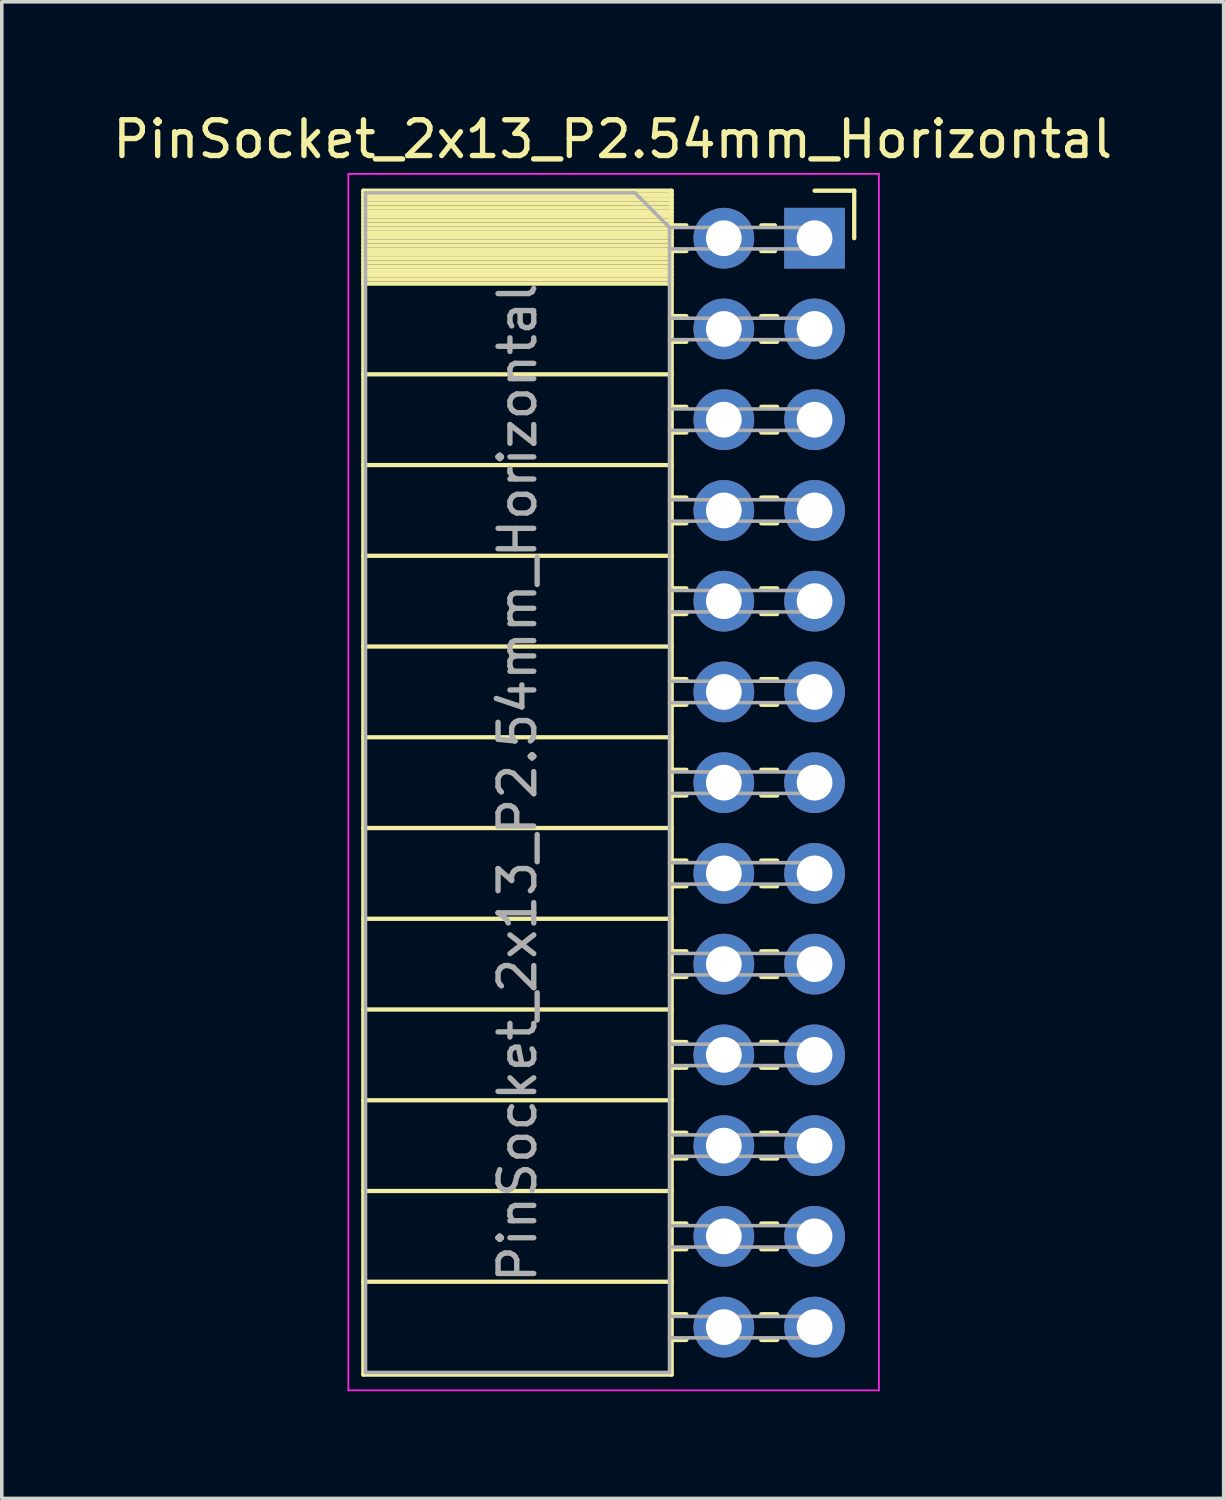
<source format=kicad_pcb>
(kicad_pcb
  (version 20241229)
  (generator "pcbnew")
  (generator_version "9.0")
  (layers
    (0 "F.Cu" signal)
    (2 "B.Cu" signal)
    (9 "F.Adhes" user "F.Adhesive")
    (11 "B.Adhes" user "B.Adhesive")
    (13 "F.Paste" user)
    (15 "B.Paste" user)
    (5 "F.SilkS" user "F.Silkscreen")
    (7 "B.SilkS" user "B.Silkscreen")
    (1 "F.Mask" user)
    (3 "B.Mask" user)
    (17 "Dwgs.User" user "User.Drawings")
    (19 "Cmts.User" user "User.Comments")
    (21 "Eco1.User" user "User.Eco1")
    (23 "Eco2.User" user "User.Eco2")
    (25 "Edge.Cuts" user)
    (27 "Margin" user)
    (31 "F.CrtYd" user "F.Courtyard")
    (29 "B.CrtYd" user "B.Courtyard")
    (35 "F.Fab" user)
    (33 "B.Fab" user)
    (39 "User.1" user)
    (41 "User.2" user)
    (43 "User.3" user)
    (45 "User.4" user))
  (footprint "PinSocket_2x13_P2.54mm_Horizontal"
    (layer "F.Cu")
    (at 19.751 3.618)
    (property "Reference" "PinSocket_2x13_P2.54mm_Horizontal" (at -5.65 -2.77 0) (layer "F.SilkS") (effects (font (size 1 1) (thickness 0.15))))
    (attr through_hole)
    (fp_line (start -12.63 -1.33) (end -12.63 31.81) (stroke (width 0.12) (type solid)) (layer "F.SilkS"))
    (fp_line (start -12.63 -1.33) (end -4 -1.33) (stroke (width 0.12) (type solid)) (layer "F.SilkS"))
    (fp_line (start -12.63 -1.21) (end -4 -1.21) (stroke (width 0.12) (type solid)) (layer "F.SilkS"))
    (fp_line (start -12.63 -1.092) (end -4 -1.092) (stroke (width 0.12) (type solid)) (layer "F.SilkS"))
    (fp_line (start -12.63 -0.974) (end -4 -0.974) (stroke (width 0.12) (type solid)) (layer "F.SilkS"))
    (fp_line (start -12.63 -0.856) (end -4 -0.856) (stroke (width 0.12) (type solid)) (layer "F.SilkS"))
    (fp_line (start -12.63 -0.738) (end -4 -0.738) (stroke (width 0.12) (type solid)) (layer "F.SilkS"))
    (fp_line (start -12.63 -0.62) (end -4 -0.62) (stroke (width 0.12) (type solid)) (layer "F.SilkS"))
    (fp_line (start -12.63 -0.501) (end -4 -0.501) (stroke (width 0.12) (type solid)) (layer "F.SilkS"))
    (fp_line (start -12.63 -0.383) (end -4 -0.383) (stroke (width 0.12) (type solid)) (layer "F.SilkS"))
    (fp_line (start -12.63 -0.265) (end -4 -0.265) (stroke (width 0.12) (type solid)) (layer "F.SilkS"))
    (fp_line (start -12.63 -0.147) (end -4 -0.147) (stroke (width 0.12) (type solid)) (layer "F.SilkS"))
    (fp_line (start -12.63 -0.029) (end -4 -0.029) (stroke (width 0.12) (type solid)) (layer "F.SilkS"))
    (fp_line (start -12.63 0.089) (end -4 0.089) (stroke (width 0.12) (type solid)) (layer "F.SilkS"))
    (fp_line (start -12.63 0.207) (end -4 0.207) (stroke (width 0.12) (type solid)) (layer "F.SilkS"))
    (fp_line (start -12.63 0.325) (end -4 0.325) (stroke (width 0.12) (type solid)) (layer "F.SilkS"))
    (fp_line (start -12.63 0.443) (end -4 0.443) (stroke (width 0.12) (type solid)) (layer "F.SilkS"))
    (fp_line (start -12.63 0.561) (end -4 0.561) (stroke (width 0.12) (type solid)) (layer "F.SilkS"))
    (fp_line (start -12.63 0.68) (end -4 0.68) (stroke (width 0.12) (type solid)) (layer "F.SilkS"))
    (fp_line (start -12.63 0.798) (end -4 0.798) (stroke (width 0.12) (type solid)) (layer "F.SilkS"))
    (fp_line (start -12.63 0.916) (end -4 0.916) (stroke (width 0.12) (type solid)) (layer "F.SilkS"))
    (fp_line (start -12.63 1.034) (end -4 1.034) (stroke (width 0.12) (type solid)) (layer "F.SilkS"))
    (fp_line (start -12.63 1.152) (end -4 1.152) (stroke (width 0.12) (type solid)) (layer "F.SilkS"))
    (fp_line (start -12.63 1.27) (end -4 1.27) (stroke (width 0.12) (type solid)) (layer "F.SilkS"))
    (fp_line (start -12.63 3.81) (end -4 3.81) (stroke (width 0.12) (type solid)) (layer "F.SilkS"))
    (fp_line (start -12.63 6.35) (end -4 6.35) (stroke (width 0.12) (type solid)) (layer "F.SilkS"))
    (fp_line (start -12.63 8.89) (end -4 8.89) (stroke (width 0.12) (type solid)) (layer "F.SilkS"))
    (fp_line (start -12.63 11.43) (end -4 11.43) (stroke (width 0.12) (type solid)) (layer "F.SilkS"))
    (fp_line (start -12.63 13.97) (end -4 13.97) (stroke (width 0.12) (type solid)) (layer "F.SilkS"))
    (fp_line (start -12.63 16.51) (end -4 16.51) (stroke (width 0.12) (type solid)) (layer "F.SilkS"))
    (fp_line (start -12.63 19.05) (end -4 19.05) (stroke (width 0.12) (type solid)) (layer "F.SilkS"))
    (fp_line (start -12.63 21.59) (end -4 21.59) (stroke (width 0.12) (type solid)) (layer "F.SilkS"))
    (fp_line (start -12.63 24.13) (end -4 24.13) (stroke (width 0.12) (type solid)) (layer "F.SilkS"))
    (fp_line (start -12.63 26.67) (end -4 26.67) (stroke (width 0.12) (type solid)) (layer "F.SilkS"))
    (fp_line (start -12.63 29.21) (end -4 29.21) (stroke (width 0.12) (type solid)) (layer "F.SilkS"))
    (fp_line (start -12.63 31.81) (end -4 31.81) (stroke (width 0.12) (type solid)) (layer "F.SilkS"))
    (fp_line (start -4 -1.33) (end -4 31.81) (stroke (width 0.12) (type solid)) (layer "F.SilkS"))
    (fp_line (start -4 -0.36) (end -3.59 -0.36) (stroke (width 0.12) (type solid)) (layer "F.SilkS"))
    (fp_line (start -4 0.36) (end -3.59 0.36) (stroke (width 0.12) (type solid)) (layer "F.SilkS"))
    (fp_line (start -4 2.18) (end -3.59 2.18) (stroke (width 0.12) (type solid)) (layer "F.SilkS"))
    (fp_line (start -4 2.9) (end -3.59 2.9) (stroke (width 0.12) (type solid)) (layer "F.SilkS"))
    (fp_line (start -4 4.72) (end -3.59 4.72) (stroke (width 0.12) (type solid)) (layer "F.SilkS"))
    (fp_line (start -4 5.44) (end -3.59 5.44) (stroke (width 0.12) (type solid)) (layer "F.SilkS"))
    (fp_line (start -4 7.26) (end -3.59 7.26) (stroke (width 0.12) (type solid)) (layer "F.SilkS"))
    (fp_line (start -4 7.98) (end -3.59 7.98) (stroke (width 0.12) (type solid)) (layer "F.SilkS"))
    (fp_line (start -4 9.8) (end -3.59 9.8) (stroke (width 0.12) (type solid)) (layer "F.SilkS"))
    (fp_line (start -4 10.52) (end -3.59 10.52) (stroke (width 0.12) (type solid)) (layer "F.SilkS"))
    (fp_line (start -4 12.34) (end -3.59 12.34) (stroke (width 0.12) (type solid)) (layer "F.SilkS"))
    (fp_line (start -4 13.06) (end -3.59 13.06) (stroke (width 0.12) (type solid)) (layer "F.SilkS"))
    (fp_line (start -4 14.88) (end -3.59 14.88) (stroke (width 0.12) (type solid)) (layer "F.SilkS"))
    (fp_line (start -4 15.6) (end -3.59 15.6) (stroke (width 0.12) (type solid)) (layer "F.SilkS"))
    (fp_line (start -4 17.42) (end -3.59 17.42) (stroke (width 0.12) (type solid)) (layer "F.SilkS"))
    (fp_line (start -4 18.14) (end -3.59 18.14) (stroke (width 0.12) (type solid)) (layer "F.SilkS"))
    (fp_line (start -4 19.96) (end -3.59 19.96) (stroke (width 0.12) (type solid)) (layer "F.SilkS"))
    (fp_line (start -4 20.68) (end -3.59 20.68) (stroke (width 0.12) (type solid)) (layer "F.SilkS"))
    (fp_line (start -4 22.5) (end -3.59 22.5) (stroke (width 0.12) (type solid)) (layer "F.SilkS"))
    (fp_line (start -4 23.22) (end -3.59 23.22) (stroke (width 0.12) (type solid)) (layer "F.SilkS"))
    (fp_line (start -4 25.04) (end -3.59 25.04) (stroke (width 0.12) (type solid)) (layer "F.SilkS"))
    (fp_line (start -4 25.76) (end -3.59 25.76) (stroke (width 0.12) (type solid)) (layer "F.SilkS"))
    (fp_line (start -4 27.58) (end -3.59 27.58) (stroke (width 0.12) (type solid)) (layer "F.SilkS"))
    (fp_line (start -4 28.3) (end -3.59 28.3) (stroke (width 0.12) (type solid)) (layer "F.SilkS"))
    (fp_line (start -4 30.12) (end -3.59 30.12) (stroke (width 0.12) (type solid)) (layer "F.SilkS"))
    (fp_line (start -4 30.84) (end -3.59 30.84) (stroke (width 0.12) (type solid)) (layer "F.SilkS"))
    (fp_line (start -1.49 -0.36) (end -1.11 -0.36) (stroke (width 0.12) (type solid)) (layer "F.SilkS"))
    (fp_line (start -1.49 0.36) (end -1.11 0.36) (stroke (width 0.12) (type solid)) (layer "F.SilkS"))
    (fp_line (start -1.49 2.18) (end -1.05 2.18) (stroke (width 0.12) (type solid)) (layer "F.SilkS"))
    (fp_line (start -1.49 2.9) (end -1.05 2.9) (stroke (width 0.12) (type solid)) (layer "F.SilkS"))
    (fp_line (start -1.49 4.72) (end -1.05 4.72) (stroke (width 0.12) (type solid)) (layer "F.SilkS"))
    (fp_line (start -1.49 5.44) (end -1.05 5.44) (stroke (width 0.12) (type solid)) (layer "F.SilkS"))
    (fp_line (start -1.49 7.26) (end -1.05 7.26) (stroke (width 0.12) (type solid)) (layer "F.SilkS"))
    (fp_line (start -1.49 7.98) (end -1.05 7.98) (stroke (width 0.12) (type solid)) (layer "F.SilkS"))
    (fp_line (start -1.49 9.8) (end -1.05 9.8) (stroke (width 0.12) (type solid)) (layer "F.SilkS"))
    (fp_line (start -1.49 10.52) (end -1.05 10.52) (stroke (width 0.12) (type solid)) (layer "F.SilkS"))
    (fp_line (start -1.49 12.34) (end -1.05 12.34) (stroke (width 0.12) (type solid)) (layer "F.SilkS"))
    (fp_line (start -1.49 13.06) (end -1.05 13.06) (stroke (width 0.12) (type solid)) (layer "F.SilkS"))
    (fp_line (start -1.49 14.88) (end -1.05 14.88) (stroke (width 0.12) (type solid)) (layer "F.SilkS"))
    (fp_line (start -1.49 15.6) (end -1.05 15.6) (stroke (width 0.12) (type solid)) (layer "F.SilkS"))
    (fp_line (start -1.49 17.42) (end -1.05 17.42) (stroke (width 0.12) (type solid)) (layer "F.SilkS"))
    (fp_line (start -1.49 18.14) (end -1.05 18.14) (stroke (width 0.12) (type solid)) (layer "F.SilkS"))
    (fp_line (start -1.49 19.96) (end -1.05 19.96) (stroke (width 0.12) (type solid)) (layer "F.SilkS"))
    (fp_line (start -1.49 20.68) (end -1.05 20.68) (stroke (width 0.12) (type solid)) (layer "F.SilkS"))
    (fp_line (start -1.49 22.5) (end -1.05 22.5) (stroke (width 0.12) (type solid)) (layer "F.SilkS"))
    (fp_line (start -1.49 23.22) (end -1.05 23.22) (stroke (width 0.12) (type solid)) (layer "F.SilkS"))
    (fp_line (start -1.49 25.04) (end -1.05 25.04) (stroke (width 0.12) (type solid)) (layer "F.SilkS"))
    (fp_line (start -1.49 25.76) (end -1.05 25.76) (stroke (width 0.12) (type solid)) (layer "F.SilkS"))
    (fp_line (start -1.49 27.58) (end -1.05 27.58) (stroke (width 0.12) (type solid)) (layer "F.SilkS"))
    (fp_line (start -1.49 28.3) (end -1.05 28.3) (stroke (width 0.12) (type solid)) (layer "F.SilkS"))
    (fp_line (start -1.49 30.12) (end -1.05 30.12) (stroke (width 0.12) (type solid)) (layer "F.SilkS"))
    (fp_line (start -1.49 30.84) (end -1.05 30.84) (stroke (width 0.12) (type solid)) (layer "F.SilkS"))
    (fp_line (start 0 -1.33) (end 1.11 -1.33) (stroke (width 0.12) (type solid)) (layer "F.SilkS"))
    (fp_line (start 1.11 -1.33) (end 1.11 0) (stroke (width 0.12) (type solid)) (layer "F.SilkS"))
    (fp_line (start -13.05 -1.8) (end -13.05 32.25) (stroke (width 0.05) (type solid)) (layer "F.CrtYd"))
    (fp_line (start -13.05 32.25) (end 1.8 32.25) (stroke (width 0.05) (type solid)) (layer "F.CrtYd"))
    (fp_line (start 1.8 -1.8) (end -13.05 -1.8) (stroke (width 0.05) (type solid)) (layer "F.CrtYd"))
    (fp_line (start 1.8 32.25) (end 1.8 -1.8) (stroke (width 0.05) (type solid)) (layer "F.CrtYd"))
    (fp_line (start -12.57 -1.27) (end -5.03 -1.27) (stroke (width 0.1) (type solid)) (layer "F.Fab"))
    (fp_line (start -12.57 31.75) (end -12.57 -1.27) (stroke (width 0.1) (type solid)) (layer "F.Fab"))
    (fp_line (start -5.03 -1.27) (end -4.06 -0.3) (stroke (width 0.1) (type solid)) (layer "F.Fab"))
    (fp_line (start -4.06 -0.3) (end -4.06 31.75) (stroke (width 0.1) (type solid)) (layer "F.Fab"))
    (fp_line (start -4.06 0.3) (end 0 0.3) (stroke (width 0.1) (type solid)) (layer "F.Fab"))
    (fp_line (start -4.06 2.84) (end 0 2.84) (stroke (width 0.1) (type solid)) (layer "F.Fab"))
    (fp_line (start -4.06 5.38) (end 0 5.38) (stroke (width 0.1) (type solid)) (layer "F.Fab"))
    (fp_line (start -4.06 7.92) (end 0 7.92) (stroke (width 0.1) (type solid)) (layer "F.Fab"))
    (fp_line (start -4.06 10.46) (end 0 10.46) (stroke (width 0.1) (type solid)) (layer "F.Fab"))
    (fp_line (start -4.06 13) (end 0 13) (stroke (width 0.1) (type solid)) (layer "F.Fab"))
    (fp_line (start -4.06 15.54) (end 0 15.54) (stroke (width 0.1) (type solid)) (layer "F.Fab"))
    (fp_line (start -4.06 18.08) (end 0 18.08) (stroke (width 0.1) (type solid)) (layer "F.Fab"))
    (fp_line (start -4.06 20.62) (end 0 20.62) (stroke (width 0.1) (type solid)) (layer "F.Fab"))
    (fp_line (start -4.06 23.16) (end 0 23.16) (stroke (width 0.1) (type solid)) (layer "F.Fab"))
    (fp_line (start -4.06 25.7) (end 0 25.7) (stroke (width 0.1) (type solid)) (layer "F.Fab"))
    (fp_line (start -4.06 28.24) (end 0 28.24) (stroke (width 0.1) (type solid)) (layer "F.Fab"))
    (fp_line (start -4.06 30.78) (end 0 30.78) (stroke (width 0.1) (type solid)) (layer "F.Fab"))
    (fp_line (start -4.06 31.75) (end -12.57 31.75) (stroke (width 0.1) (type solid)) (layer "F.Fab"))
    (fp_line (start 0 -0.3) (end -4.06 -0.3) (stroke (width 0.1) (type solid)) (layer "F.Fab"))
    (fp_line (start 0 0.3) (end 0 -0.3) (stroke (width 0.1) (type solid)) (layer "F.Fab"))
    (fp_line (start 0 2.24) (end -4.06 2.24) (stroke (width 0.1) (type solid)) (layer "F.Fab"))
    (fp_line (start 0 2.84) (end 0 2.24) (stroke (width 0.1) (type solid)) (layer "F.Fab"))
    (fp_line (start 0 4.78) (end -4.06 4.78) (stroke (width 0.1) (type solid)) (layer "F.Fab"))
    (fp_line (start 0 5.38) (end 0 4.78) (stroke (width 0.1) (type solid)) (layer "F.Fab"))
    (fp_line (start 0 7.32) (end -4.06 7.32) (stroke (width 0.1) (type solid)) (layer "F.Fab"))
    (fp_line (start 0 7.92) (end 0 7.32) (stroke (width 0.1) (type solid)) (layer "F.Fab"))
    (fp_line (start 0 9.86) (end -4.06 9.86) (stroke (width 0.1) (type solid)) (layer "F.Fab"))
    (fp_line (start 0 10.46) (end 0 9.86) (stroke (width 0.1) (type solid)) (layer "F.Fab"))
    (fp_line (start 0 12.4) (end -4.06 12.4) (stroke (width 0.1) (type solid)) (layer "F.Fab"))
    (fp_line (start 0 13) (end 0 12.4) (stroke (width 0.1) (type solid)) (layer "F.Fab"))
    (fp_line (start 0 14.94) (end -4.06 14.94) (stroke (width 0.1) (type solid)) (layer "F.Fab"))
    (fp_line (start 0 15.54) (end 0 14.94) (stroke (width 0.1) (type solid)) (layer "F.Fab"))
    (fp_line (start 0 17.48) (end -4.06 17.48) (stroke (width 0.1) (type solid)) (layer "F.Fab"))
    (fp_line (start 0 18.08) (end 0 17.48) (stroke (width 0.1) (type solid)) (layer "F.Fab"))
    (fp_line (start 0 20.02) (end -4.06 20.02) (stroke (width 0.1) (type solid)) (layer "F.Fab"))
    (fp_line (start 0 20.62) (end 0 20.02) (stroke (width 0.1) (type solid)) (layer "F.Fab"))
    (fp_line (start 0 22.56) (end -4.06 22.56) (stroke (width 0.1) (type solid)) (layer "F.Fab"))
    (fp_line (start 0 23.16) (end 0 22.56) (stroke (width 0.1) (type solid)) (layer "F.Fab"))
    (fp_line (start 0 25.1) (end -4.06 25.1) (stroke (width 0.1) (type solid)) (layer "F.Fab"))
    (fp_line (start 0 25.7) (end 0 25.1) (stroke (width 0.1) (type solid)) (layer "F.Fab"))
    (fp_line (start 0 27.64) (end -4.06 27.64) (stroke (width 0.1) (type solid)) (layer "F.Fab"))
    (fp_line (start 0 28.24) (end 0 27.64) (stroke (width 0.1) (type solid)) (layer "F.Fab"))
    (fp_line (start 0 30.18) (end -4.06 30.18) (stroke (width 0.1) (type solid)) (layer "F.Fab"))
    (fp_line (start 0 30.78) (end 0 30.18) (stroke (width 0.1) (type solid)) (layer "F.Fab"))
    (fp_text user "${REFERENCE}" (at -8.315 15.24 90) (layer "F.Fab") (effects (font (size 1 1) (thickness 0.15))))
    (pad "1" thru_hole rect (at 0 0) (size 1.7 1.7) (drill 1) (layers "*.Cu" "*.Mask"))
    (pad "2" thru_hole circle (at -2.54 0) (size 1.7 1.7) (drill 1) (layers "*.Cu" "*.Mask"))
    (pad "3" thru_hole circle (at 0 2.54) (size 1.7 1.7) (drill 1) (layers "*.Cu" "*.Mask"))
    (pad "4" thru_hole circle (at -2.54 2.54) (size 1.7 1.7) (drill 1) (layers "*.Cu" "*.Mask"))
    (pad "5" thru_hole circle (at 0 5.08) (size 1.7 1.7) (drill 1) (layers "*.Cu" "*.Mask"))
    (pad "6" thru_hole circle (at -2.54 5.08) (size 1.7 1.7) (drill 1) (layers "*.Cu" "*.Mask"))
    (pad "7" thru_hole circle (at 0 7.62) (size 1.7 1.7) (drill 1) (layers "*.Cu" "*.Mask"))
    (pad "8" thru_hole circle (at -2.54 7.62) (size 1.7 1.7) (drill 1) (layers "*.Cu" "*.Mask"))
    (pad "9" thru_hole circle (at 0 10.16) (size 1.7 1.7) (drill 1) (layers "*.Cu" "*.Mask"))
    (pad "10" thru_hole circle (at -2.54 10.16) (size 1.7 1.7) (drill 1) (layers "*.Cu" "*.Mask"))
    (pad "11" thru_hole circle (at 0 12.7) (size 1.7 1.7) (drill 1) (layers "*.Cu" "*.Mask"))
    (pad "12" thru_hole circle (at -2.54 12.7) (size 1.7 1.7) (drill 1) (layers "*.Cu" "*.Mask"))
    (pad "13" thru_hole circle (at 0 15.24) (size 1.7 1.7) (drill 1) (layers "*.Cu" "*.Mask"))
    (pad "14" thru_hole circle (at -2.54 15.24) (size 1.7 1.7) (drill 1) (layers "*.Cu" "*.Mask"))
    (pad "15" thru_hole circle (at 0 17.78) (size 1.7 1.7) (drill 1) (layers "*.Cu" "*.Mask"))
    (pad "16" thru_hole circle (at -2.54 17.78) (size 1.7 1.7) (drill 1) (layers "*.Cu" "*.Mask"))
    (pad "17" thru_hole circle (at 0 20.32) (size 1.7 1.7) (drill 1) (layers "*.Cu" "*.Mask"))
    (pad "18" thru_hole circle (at -2.54 20.32) (size 1.7 1.7) (drill 1) (layers "*.Cu" "*.Mask"))
    (pad "19" thru_hole circle (at 0 22.86) (size 1.7 1.7) (drill 1) (layers "*.Cu" "*.Mask"))
    (pad "20" thru_hole circle (at -2.54 22.86) (size 1.7 1.7) (drill 1) (layers "*.Cu" "*.Mask"))
    (pad "21" thru_hole circle (at 0 25.4) (size 1.7 1.7) (drill 1) (layers "*.Cu" "*.Mask"))
    (pad "22" thru_hole circle (at -2.54 25.4) (size 1.7 1.7) (drill 1) (layers "*.Cu" "*.Mask"))
    (pad "23" thru_hole circle (at 0 27.94) (size 1.7 1.7) (drill 1) (layers "*.Cu" "*.Mask"))
    (pad "24" thru_hole circle (at -2.54 27.94) (size 1.7 1.7) (drill 1) (layers "*.Cu" "*.Mask"))
    (pad "25" thru_hole circle (at 0 30.48) (size 1.7 1.7) (drill 1) (layers "*.Cu" "*.Mask"))
    (pad "26" thru_hole circle (at -2.54 30.48) (size 1.7 1.7) (drill 1) (layers "*.Cu" "*.Mask")))
  (gr_rect
    (start -3 -3)
    (end 31.202 38.893)
    (stroke (width 0.1) (type default))
    (fill no)
    (layer "Edge.Cuts")))
</source>
